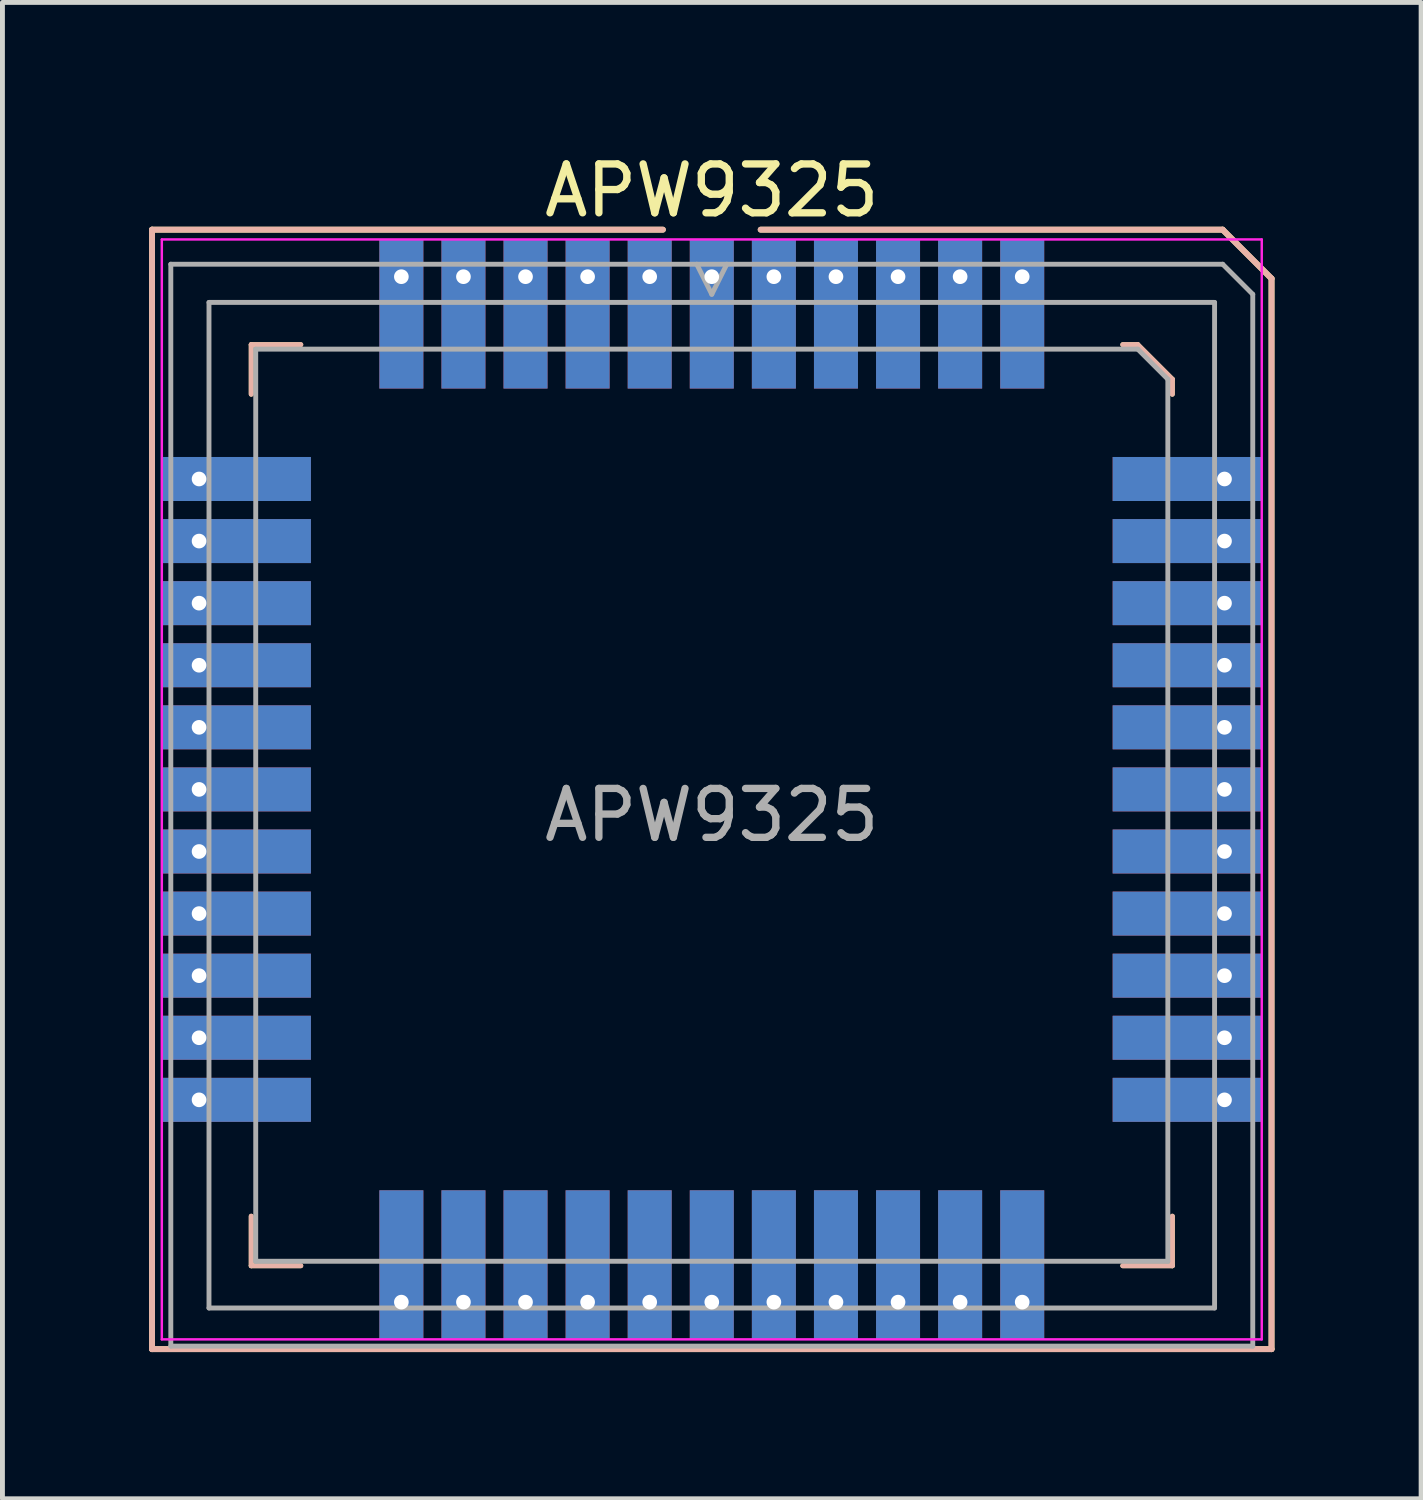
<source format=kicad_pcb>
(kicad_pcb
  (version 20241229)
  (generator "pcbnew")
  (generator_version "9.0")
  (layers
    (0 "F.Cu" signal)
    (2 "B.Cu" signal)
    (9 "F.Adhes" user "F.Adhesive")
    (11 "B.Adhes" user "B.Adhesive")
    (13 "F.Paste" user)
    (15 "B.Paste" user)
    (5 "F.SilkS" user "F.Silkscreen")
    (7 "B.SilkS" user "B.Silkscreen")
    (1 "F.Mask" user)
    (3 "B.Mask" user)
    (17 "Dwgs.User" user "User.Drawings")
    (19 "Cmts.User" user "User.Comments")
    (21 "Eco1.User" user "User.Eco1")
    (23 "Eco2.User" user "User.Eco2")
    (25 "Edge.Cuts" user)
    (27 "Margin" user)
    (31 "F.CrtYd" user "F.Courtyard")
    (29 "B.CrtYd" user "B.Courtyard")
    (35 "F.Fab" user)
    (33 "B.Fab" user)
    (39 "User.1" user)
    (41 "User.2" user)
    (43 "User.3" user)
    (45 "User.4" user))
  (footprint "APW9325"
    (layer "F.Cu")
    (at 11.51 13.098)
    (property "Reference" "APW9325" (at 0 -12.25 180) (layer "F.SilkS") (effects (font (size 1 1) (thickness 0.15))))
    (attr smd)
    (fp_line (start -11.45 -11.45) (end -1 -11.45) (stroke (width 0.12) (type solid)) (layer "F.SilkS"))
    (fp_line (start -11.45 11.45) (end -11.45 -11.45) (stroke (width 0.12) (type solid)) (layer "F.SilkS"))
    (fp_line (start -9.421 -9.098) (end -9.421 -8.084) (stroke (width 0.1) (type solid)) (layer "F.SilkS"))
    (fp_line (start -9.421 9.744) (end -9.421 8.73) (stroke (width 0.1) (type solid)) (layer "F.SilkS"))
    (fp_line (start -8.407 -9.098) (end -9.421 -9.098) (stroke (width 0.1) (type solid)) (layer "F.SilkS"))
    (fp_line (start -8.407 9.744) (end -9.421 9.744) (stroke (width 0.1) (type solid)) (layer "F.SilkS"))
    (fp_line (start 1 -11.45) (end 10.45 -11.45) (stroke (width 0.12) (type solid)) (layer "F.SilkS"))
    (fp_line (start 8.407 -9.098) (end 8.714 -9.098) (stroke (width 0.1) (type solid)) (layer "F.SilkS"))
    (fp_line (start 8.407 9.744) (end 9.421 9.744) (stroke (width 0.1) (type solid)) (layer "F.SilkS"))
    (fp_line (start 8.714 -9.098) (end 9.421 -8.391) (stroke (width 0.1) (type solid)) (layer "F.SilkS"))
    (fp_line (start 9.421 -8.391) (end 9.421 -8.084) (stroke (width 0.1) (type solid)) (layer "F.SilkS"))
    (fp_line (start 9.421 9.744) (end 9.421 8.73) (stroke (width 0.1) (type solid)) (layer "F.SilkS"))
    (fp_line (start 10.45 -11.45) (end 11.45 -10.45) (stroke (width 0.12) (type solid)) (layer "F.SilkS"))
    (fp_line (start 11.45 -10.45) (end 11.45 11.45) (stroke (width 0.12) (type solid)) (layer "F.SilkS"))
    (fp_line (start 11.45 11.45) (end -11.45 11.45) (stroke (width 0.12) (type solid)) (layer "F.SilkS"))
    (fp_line (start -11.45 -11.45) (end -1 -11.45) (stroke (width 0.12) (type solid)) (layer "B.SilkS"))
    (fp_line (start -11.45 11.45) (end -11.45 -11.45) (stroke (width 0.12) (type solid)) (layer "B.SilkS"))
    (fp_line (start -9.421 -9.098) (end -9.421 -8.084) (stroke (width 0.1) (type solid)) (layer "B.SilkS"))
    (fp_line (start -9.421 9.744) (end -9.421 8.73) (stroke (width 0.1) (type solid)) (layer "B.SilkS"))
    (fp_line (start -8.407 -9.098) (end -9.421 -9.098) (stroke (width 0.1) (type solid)) (layer "B.SilkS"))
    (fp_line (start -8.407 9.744) (end -9.421 9.744) (stroke (width 0.1) (type solid)) (layer "B.SilkS"))
    (fp_line (start 1 -11.45) (end 10.45 -11.45) (stroke (width 0.12) (type solid)) (layer "B.SilkS"))
    (fp_line (start 8.407 -9.098) (end 8.714 -9.098) (stroke (width 0.1) (type solid)) (layer "B.SilkS"))
    (fp_line (start 8.407 9.744) (end 9.421 9.744) (stroke (width 0.1) (type solid)) (layer "B.SilkS"))
    (fp_line (start 8.714 -9.098) (end 9.421 -8.391) (stroke (width 0.1) (type solid)) (layer "B.SilkS"))
    (fp_line (start 9.421 -8.391) (end 9.421 -8.084) (stroke (width 0.1) (type solid)) (layer "B.SilkS"))
    (fp_line (start 9.421 9.744) (end 9.421 8.73) (stroke (width 0.1) (type solid)) (layer "B.SilkS"))
    (fp_line (start 10.45 -11.45) (end 11.45 -10.45) (stroke (width 0.12) (type solid)) (layer "B.SilkS"))
    (fp_line (start 11.45 -10.45) (end 11.45 11.45) (stroke (width 0.12) (type solid)) (layer "B.SilkS"))
    (fp_line (start 11.45 11.45) (end -11.45 11.45) (stroke (width 0.12) (type solid)) (layer "B.SilkS"))
    (fp_line (start -11.25 -11.25) (end 11.25 -11.25) (stroke (width 0.05) (type solid)) (layer "F.CrtYd"))
    (fp_line (start -11.25 11.25) (end -11.25 -11.25) (stroke (width 0.05) (type solid)) (layer "F.CrtYd"))
    (fp_line (start 11.25 -11.25) (end 11.25 11.25) (stroke (width 0.05) (type solid)) (layer "F.CrtYd"))
    (fp_line (start 11.25 11.25) (end -11.25 11.25) (stroke (width 0.05) (type solid)) (layer "F.CrtYd"))
    (fp_line (start -11.066 -10.743) (end 10.451 -10.743) (stroke (width 0.1) (type solid)) (layer "F.Fab"))
    (fp_line (start -11.066 11.388) (end -11.066 -10.743) (stroke (width 0.1) (type solid)) (layer "F.Fab"))
    (fp_line (start -10.285 -9.962) (end 10.285 -9.962) (stroke (width 0.1) (type solid)) (layer "F.Fab"))
    (fp_line (start -10.285 10.608) (end -10.285 -9.962) (stroke (width 0.1) (type solid)) (layer "F.Fab"))
    (fp_line (start -9.329 -9.006) (end 8.714 -9.006) (stroke (width 0.1) (type solid)) (layer "F.Fab"))
    (fp_line (start -9.329 9.652) (end -9.329 -9.006) (stroke (width 0.1) (type solid)) (layer "F.Fab"))
    (fp_line (start 0 -10.128) (end -0.307 -10.743) (stroke (width 0.1) (type solid)) (layer "F.Fab"))
    (fp_line (start 0.307 -10.743) (end 0 -10.128) (stroke (width 0.1) (type solid)) (layer "F.Fab"))
    (fp_line (start 8.714 -9.006) (end 9.329 -8.391) (stroke (width 0.1) (type solid)) (layer "F.Fab"))
    (fp_line (start 9.329 -8.391) (end 9.329 9.652) (stroke (width 0.1) (type solid)) (layer "F.Fab"))
    (fp_line (start 9.329 9.652) (end -9.329 9.652) (stroke (width 0.1) (type solid)) (layer "F.Fab"))
    (fp_line (start 10.285 -9.962) (end 10.285 10.608) (stroke (width 0.1) (type solid)) (layer "F.Fab"))
    (fp_line (start 10.285 10.608) (end -10.285 10.608) (stroke (width 0.1) (type solid)) (layer "F.Fab"))
    (fp_line (start 10.451 -10.743) (end 11.066 -10.128) (stroke (width 0.1) (type solid)) (layer "F.Fab"))
    (fp_line (start 11.066 -10.128) (end 11.066 11.388) (stroke (width 0.1) (type solid)) (layer "F.Fab"))
    (fp_line (start 11.066 11.388) (end -11.066 11.388) (stroke (width 0.1) (type solid)) (layer "F.Fab"))
    (fp_text user "${REFERENCE}" (at 0 0.525 180) (layer "F.Fab") (effects (font (size 1 1) (thickness 0.15))))
    (pad "1" thru_hole rect (at 0 -10.488) (size 0.9 3.05) (drill 0.3 (offset 0 0.763)) (layers "*.Cu" "*.Mask"))
    (pad "2" thru_hole rect (at 1.27 -10.488) (size 0.9 3.05) (drill 0.3 (offset 0 0.763)) (layers "*.Cu" "*.Mask"))
    (pad "3" thru_hole rect (at 2.54 -10.488) (size 0.9 3.05) (drill 0.3 (offset 0 0.763)) (layers "*.Cu" "*.Mask"))
    (pad "4" thru_hole rect (at 3.81 -10.488) (size 0.9 3.05) (drill 0.3 (offset 0 0.763)) (layers "*.Cu" "*.Mask"))
    (pad "5" thru_hole rect (at 5.08 -10.488) (size 0.9 3.05) (drill 0.3 (offset 0 0.763)) (layers "*.Cu" "*.Mask"))
    (pad "6" thru_hole rect (at 6.35 -10.488) (size 0.9 3.05) (drill 0.3 (offset 0 0.763)) (layers "*.Cu" "*.Mask"))
    (pad "7" thru_hole rect (at 10.488 -6.35) (size 3.05 0.9) (drill 0.3 (offset -0.763 0)) (layers "*.Cu" "*.Mask"))
    (pad "8" thru_hole rect (at 10.488 -5.08) (size 3.05 0.9) (drill 0.3 (offset -0.763 0)) (layers "*.Cu" "*.Mask"))
    (pad "9" thru_hole rect (at 10.488 -3.81) (size 3.05 0.9) (drill 0.3 (offset -0.763 0)) (layers "*.Cu" "*.Mask"))
    (pad "10" thru_hole rect (at 10.488 -2.54) (size 3.05 0.9) (drill 0.3 (offset -0.763 0)) (layers "*.Cu" "*.Mask"))
    (pad "11" thru_hole rect (at 10.488 -1.27) (size 3.05 0.9) (drill 0.3 (offset -0.763 0)) (layers "*.Cu" "*.Mask"))
    (pad "12" thru_hole rect (at 10.488 0) (size 3.05 0.9) (drill 0.3 (offset -0.763 0)) (layers "*.Cu" "*.Mask"))
    (pad "13" thru_hole rect (at 10.488 1.27) (size 3.05 0.9) (drill 0.3 (offset -0.763 0)) (layers "*.Cu" "*.Mask"))
    (pad "14" thru_hole rect (at 10.488 2.54) (size 3.05 0.9) (drill 0.3 (offset -0.763 0)) (layers "*.Cu" "*.Mask"))
    (pad "15" thru_hole rect (at 10.488 3.81) (size 3.05 0.9) (drill 0.3 (offset -0.763 0)) (layers "*.Cu" "*.Mask"))
    (pad "16" thru_hole rect (at 10.488 5.08) (size 3.05 0.9) (drill 0.3 (offset -0.763 0)) (layers "*.Cu" "*.Mask"))
    (pad "17" thru_hole rect (at 10.488 6.35) (size 3.05 0.9) (drill 0.3 (offset -0.763 0)) (layers "*.Cu" "*.Mask"))
    (pad "18" thru_hole rect (at 6.35 10.488) (size 0.9 3.05) (drill 0.3 (offset 0 -0.763)) (layers "*.Cu" "*.Mask"))
    (pad "19" thru_hole rect (at 5.08 10.488) (size 0.9 3.05) (drill 0.3 (offset 0 -0.763)) (layers "*.Cu" "*.Mask"))
    (pad "20" thru_hole rect (at 3.81 10.488) (size 0.9 3.05) (drill 0.3 (offset 0 -0.763)) (layers "*.Cu" "*.Mask"))
    (pad "21" thru_hole rect (at 2.54 10.488) (size 0.9 3.05) (drill 0.3 (offset 0 -0.763)) (layers "*.Cu" "*.Mask"))
    (pad "22" thru_hole rect (at 1.27 10.488) (size 0.9 3.05) (drill 0.3 (offset 0 -0.763)) (layers "*.Cu" "*.Mask"))
    (pad "23" thru_hole rect (at 0 10.488) (size 0.9 3.05) (drill 0.3 (offset 0 -0.763)) (layers "*.Cu" "*.Mask"))
    (pad "24" thru_hole rect (at -1.27 10.488) (size 0.9 3.05) (drill 0.3 (offset 0 -0.763)) (layers "*.Cu" "*.Mask"))
    (pad "25" thru_hole rect (at -2.54 10.488) (size 0.9 3.05) (drill 0.3 (offset 0 -0.763)) (layers "*.Cu" "*.Mask"))
    (pad "26" thru_hole rect (at -3.81 10.488) (size 0.9 3.05) (drill 0.3 (offset 0 -0.763)) (layers "*.Cu" "*.Mask"))
    (pad "27" thru_hole rect (at -5.08 10.488) (size 0.9 3.05) (drill 0.3 (offset 0 -0.763)) (layers "*.Cu" "*.Mask"))
    (pad "28" thru_hole rect (at -6.35 10.488) (size 0.9 3.05) (drill 0.3 (offset 0 -0.763)) (layers "*.Cu" "*.Mask"))
    (pad "29" thru_hole rect (at -10.488 6.35) (size 3.05 0.9) (drill 0.3 (offset 0.763 0)) (layers "*.Cu" "*.Mask"))
    (pad "30" thru_hole rect (at -10.488 5.08) (size 3.05 0.9) (drill 0.3 (offset 0.763 0)) (layers "*.Cu" "*.Mask"))
    (pad "31" thru_hole rect (at -10.488 3.81) (size 3.05 0.9) (drill 0.3 (offset 0.763 0)) (layers "*.Cu" "*.Mask"))
    (pad "32" thru_hole rect (at -10.488 2.54) (size 3.05 0.9) (drill 0.3 (offset 0.763 0)) (layers "*.Cu" "*.Mask"))
    (pad "33" thru_hole rect (at -10.488 1.27) (size 3.05 0.9) (drill 0.3 (offset 0.763 0)) (layers "*.Cu" "*.Mask"))
    (pad "34" thru_hole rect (at -10.488 0) (size 3.05 0.9) (drill 0.3 (offset 0.763 0)) (layers "*.Cu" "*.Mask"))
    (pad "35" thru_hole rect (at -10.488 -1.27) (size 3.05 0.9) (drill 0.3 (offset 0.763 0)) (layers "*.Cu" "*.Mask"))
    (pad "36" thru_hole rect (at -10.488 -2.54) (size 3.05 0.9) (drill 0.3 (offset 0.763 0)) (layers "*.Cu" "*.Mask"))
    (pad "37" thru_hole rect (at -10.488 -3.81) (size 3.05 0.9) (drill 0.3 (offset 0.763 0)) (layers "*.Cu" "*.Mask"))
    (pad "38" thru_hole rect (at -10.488 -5.08) (size 3.05 0.9) (drill 0.3 (offset 0.763 0)) (layers "*.Cu" "*.Mask"))
    (pad "39" thru_hole rect (at -10.488 -6.35) (size 3.05 0.9) (drill 0.3 (offset 0.763 0)) (layers "*.Cu" "*.Mask"))
    (pad "40" thru_hole rect (at -6.35 -10.488) (size 0.9 3.05) (drill 0.3 (offset 0 0.763)) (layers "*.Cu" "*.Mask"))
    (pad "41" thru_hole rect (at -5.08 -10.488) (size 0.9 3.05) (drill 0.3 (offset 0 0.763)) (layers "*.Cu" "*.Mask"))
    (pad "42" thru_hole rect (at -3.81 -10.488) (size 0.9 3.05) (drill 0.3 (offset 0 0.763)) (layers "*.Cu" "*.Mask"))
    (pad "43" thru_hole rect (at -2.54 -10.488) (size 0.9 3.05) (drill 0.3 (offset 0 0.763)) (layers "*.Cu" "*.Mask"))
    (pad "44" thru_hole rect (at -1.27 -10.488) (size 0.9 3.05) (drill 0.3 (offset 0 0.763)) (layers "*.Cu" "*.Mask")))
  (gr_rect
    (start -3 -3)
    (end 26.02 27.608)
    (stroke (width 0.1) (type default))
    (fill no)
    (layer "Edge.Cuts")))
</source>
